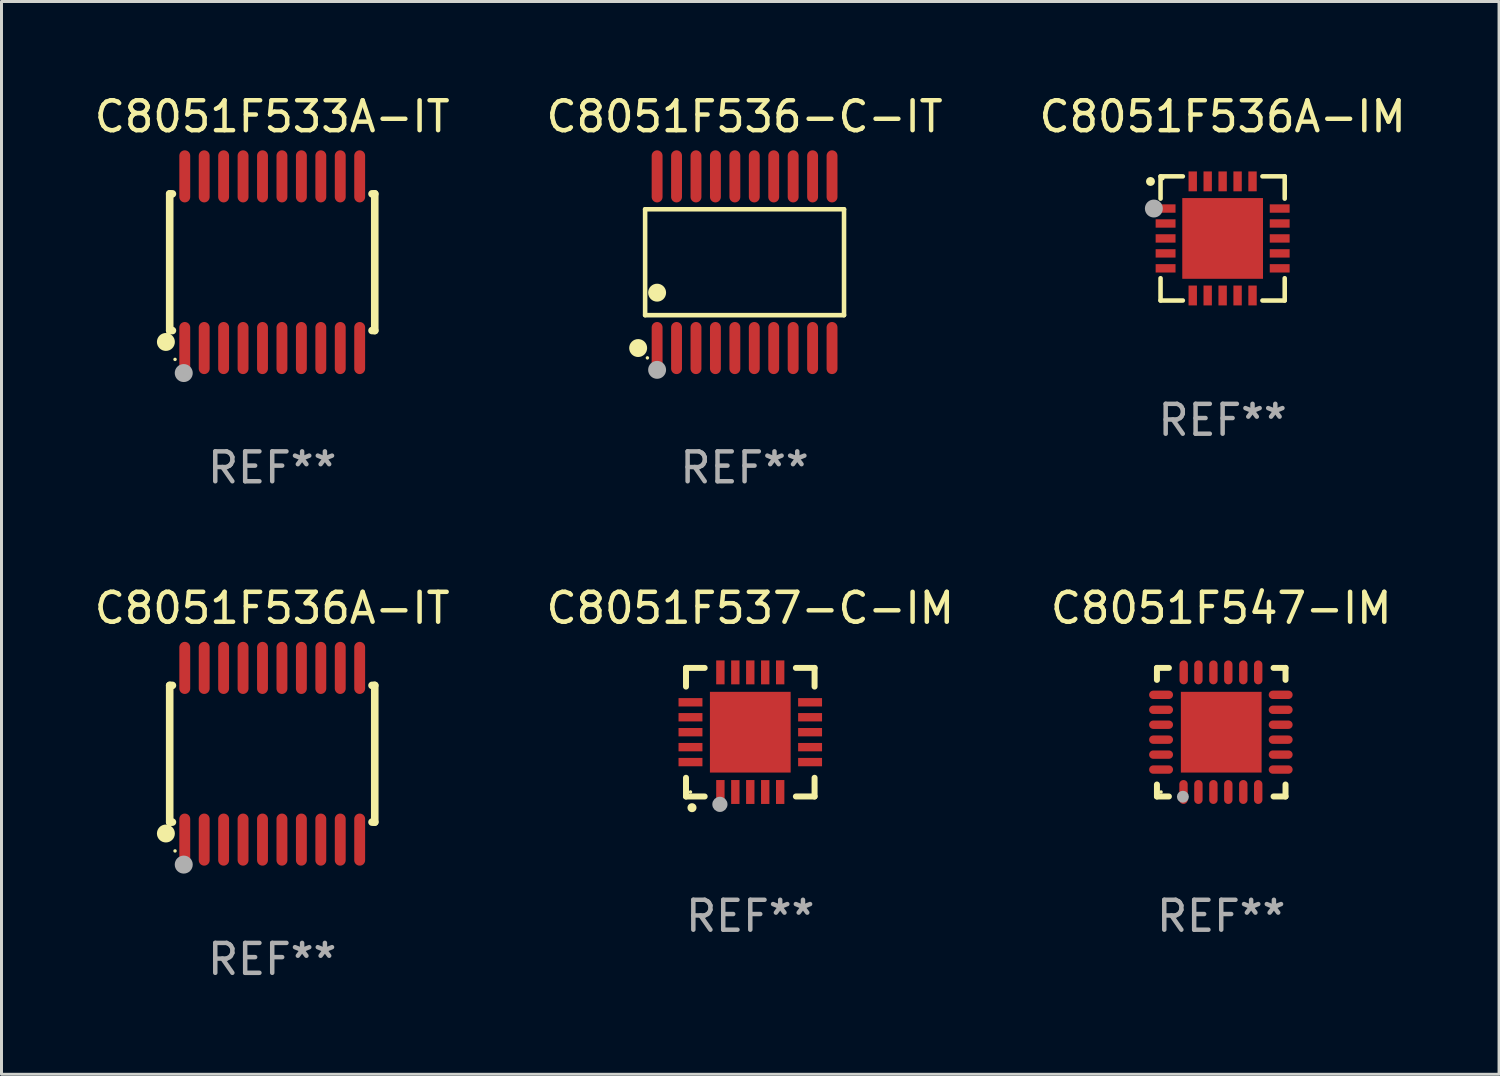
<source format=kicad_pcb>
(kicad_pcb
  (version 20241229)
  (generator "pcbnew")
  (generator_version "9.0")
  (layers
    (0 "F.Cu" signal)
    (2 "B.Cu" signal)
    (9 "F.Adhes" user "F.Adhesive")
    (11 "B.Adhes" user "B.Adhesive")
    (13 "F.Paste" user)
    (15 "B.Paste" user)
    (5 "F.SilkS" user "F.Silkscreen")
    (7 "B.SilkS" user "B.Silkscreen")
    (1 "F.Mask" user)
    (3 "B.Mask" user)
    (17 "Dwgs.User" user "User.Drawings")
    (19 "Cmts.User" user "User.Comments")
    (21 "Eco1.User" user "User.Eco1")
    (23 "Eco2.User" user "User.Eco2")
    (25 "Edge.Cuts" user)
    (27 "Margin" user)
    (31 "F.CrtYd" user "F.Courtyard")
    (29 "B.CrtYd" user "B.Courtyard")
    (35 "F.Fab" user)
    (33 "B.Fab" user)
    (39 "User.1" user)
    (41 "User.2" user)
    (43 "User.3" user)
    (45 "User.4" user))
  (footprint "C8051F536-C-IT"
    (layer "F.Cu")
    (at 21.851 5.719)
    (property "Reference" "C8051F536-C-IT" (at 0 -4.871 0) (layer "F.SilkS") (effects (font (size 1 1) (thickness 0.15))))
    (attr through_hole)
    (fp_line (start -3.326 -1.771) (end 3.326 -1.771) (stroke (width 0.152) (type solid)) (layer "F.SilkS"))
    (fp_line (start -3.326 1.771) (end -3.326 -1.771) (stroke (width 0.152) (type solid)) (layer "F.SilkS"))
    (fp_line (start 3.326 -1.771) (end 3.326 1.771) (stroke (width 0.152) (type solid)) (layer "F.SilkS"))
    (fp_line (start 3.326 1.771) (end -3.326 1.771) (stroke (width 0.152) (type solid)) (layer "F.SilkS"))
    (fp_circle (center -3.559 2.871) (end -3.409 2.871) (stroke (width 0.3) (type solid)) (fill no) (layer "F.SilkS"))
    (fp_circle (center -3.25 3.2) (end -3.22 3.2) (stroke (width 0.06) (type solid)) (fill no) (layer "F.SilkS"))
    (fp_circle (center -2.925 1.019) (end -2.775 1.019) (stroke (width 0.3) (type solid)) (fill no) (layer "F.SilkS"))
    (fp_circle (center -2.925 3.6) (end -2.775 3.6) (stroke (width 0.3) (type solid)) (fill no) (layer "F.Fab"))
    (fp_text user "REF**" (at 0 6.871 0) (layer "F.Fab") (effects (font (size 1 1) (thickness 0.15))))
    (pad "1" smd oval (at -2.925 2.871) (size 0.364 1.742) (layers "F.Cu" "F.Mask" "F.Paste"))
    (pad "2" smd oval (at -2.275 2.871) (size 0.364 1.742) (layers "F.Cu" "F.Mask" "F.Paste"))
    (pad "3" smd oval (at -1.625 2.871) (size 0.364 1.742) (layers "F.Cu" "F.Mask" "F.Paste"))
    (pad "4" smd oval (at -0.975 2.871) (size 0.364 1.742) (layers "F.Cu" "F.Mask" "F.Paste"))
    (pad "5" smd oval (at -0.325 2.871) (size 0.364 1.742) (layers "F.Cu" "F.Mask" "F.Paste"))
    (pad "6" smd oval (at 0.325 2.871) (size 0.364 1.742) (layers "F.Cu" "F.Mask" "F.Paste"))
    (pad "7" smd oval (at 0.975 2.871) (size 0.364 1.742) (layers "F.Cu" "F.Mask" "F.Paste"))
    (pad "8" smd oval (at 1.625 2.871) (size 0.364 1.742) (layers "F.Cu" "F.Mask" "F.Paste"))
    (pad "9" smd oval (at 2.275 2.871) (size 0.364 1.742) (layers "F.Cu" "F.Mask" "F.Paste"))
    (pad "10" smd oval (at 2.925 2.871) (size 0.364 1.742) (layers "F.Cu" "F.Mask" "F.Paste"))
    (pad "11" smd oval (at 2.925 -2.871) (size 0.364 1.742) (layers "F.Cu" "F.Mask" "F.Paste"))
    (pad "12" smd oval (at 2.275 -2.871) (size 0.364 1.742) (layers "F.Cu" "F.Mask" "F.Paste"))
    (pad "13" smd oval (at 1.625 -2.871) (size 0.364 1.742) (layers "F.Cu" "F.Mask" "F.Paste"))
    (pad "14" smd oval (at 0.975 -2.871) (size 0.364 1.742) (layers "F.Cu" "F.Mask" "F.Paste"))
    (pad "15" smd oval (at 0.325 -2.871) (size 0.364 1.742) (layers "F.Cu" "F.Mask" "F.Paste"))
    (pad "16" smd oval (at -0.325 -2.871) (size 0.364 1.742) (layers "F.Cu" "F.Mask" "F.Paste"))
    (pad "17" smd oval (at -0.975 -2.871) (size 0.364 1.742) (layers "F.Cu" "F.Mask" "F.Paste"))
    (pad "18" smd oval (at -1.625 -2.871) (size 0.364 1.742) (layers "F.Cu" "F.Mask" "F.Paste"))
    (pad "19" smd oval (at -2.275 -2.871) (size 0.364 1.742) (layers "F.Cu" "F.Mask" "F.Paste"))
    (pad "20" smd oval (at -2.925 -2.871) (size 0.364 1.742) (layers "F.Cu" "F.Mask" "F.Paste")))
  (footprint "C8051F533A-IT"
    (layer "F.Cu")
    (at 6.054 5.719)
    (property "Reference" "C8051F533A-IT" (at 0 -4.871 0) (layer "F.SilkS") (effects (font (size 1 1) (thickness 0.15))))
    (attr through_hole)
    (fp_line (start -3.429 -2.286) (end -3.429 2.286) (stroke (width 0.254) (type solid)) (layer "F.SilkS"))
    (fp_line (start -3.429 2.286) (end -3.338 2.286) (stroke (width 0.254) (type solid)) (layer "F.SilkS"))
    (fp_line (start -3.338 -2.286) (end -3.429 -2.286) (stroke (width 0.254) (type solid)) (layer "F.SilkS"))
    (fp_line (start 3.338 -2.286) (end 3.429 -2.286) (stroke (width 0.254) (type solid)) (layer "F.SilkS"))
    (fp_line (start 3.429 -2.286) (end 3.429 2.286) (stroke (width 0.254) (type solid)) (layer "F.SilkS"))
    (fp_line (start 3.429 2.286) (end 3.338 2.286) (stroke (width 0.254) (type solid)) (layer "F.SilkS"))
    (fp_circle (center -3.556 2.667) (end -3.406 2.667) (stroke (width 0.3) (type solid)) (fill no) (layer "F.SilkS"))
    (fp_circle (center -3.25 3.25) (end -3.22 3.25) (stroke (width 0.06) (type solid)) (fill no) (layer "F.SilkS"))
    (fp_circle (center -2.959 3.707) (end -2.808 3.707) (stroke (width 0.3) (type solid)) (fill no) (layer "F.Fab"))
    (fp_text user "REF**" (at 0 6.871 0) (layer "F.Fab") (effects (font (size 1 1) (thickness 0.15))))
    (pad "1" smd oval (at -2.925 2.871) (size 0.364 1.742) (layers "F.Cu" "F.Mask" "F.Paste"))
    (pad "2" smd oval (at -2.275 2.871) (size 0.364 1.742) (layers "F.Cu" "F.Mask" "F.Paste"))
    (pad "3" smd oval (at -1.625 2.871) (size 0.364 1.742) (layers "F.Cu" "F.Mask" "F.Paste"))
    (pad "4" smd oval (at -0.975 2.871) (size 0.364 1.742) (layers "F.Cu" "F.Mask" "F.Paste"))
    (pad "5" smd oval (at -0.325 2.871) (size 0.364 1.742) (layers "F.Cu" "F.Mask" "F.Paste"))
    (pad "6" smd oval (at 0.325 2.871) (size 0.364 1.742) (layers "F.Cu" "F.Mask" "F.Paste"))
    (pad "7" smd oval (at 0.975 2.871) (size 0.364 1.742) (layers "F.Cu" "F.Mask" "F.Paste"))
    (pad "8" smd oval (at 1.625 2.871) (size 0.364 1.742) (layers "F.Cu" "F.Mask" "F.Paste"))
    (pad "9" smd oval (at 2.275 2.871) (size 0.364 1.742) (layers "F.Cu" "F.Mask" "F.Paste"))
    (pad "10" smd oval (at 2.925 2.871) (size 0.364 1.742) (layers "F.Cu" "F.Mask" "F.Paste"))
    (pad "11" smd oval (at 2.925 -2.871) (size 0.364 1.742) (layers "F.Cu" "F.Mask" "F.Paste"))
    (pad "12" smd oval (at 2.275 -2.871) (size 0.364 1.742) (layers "F.Cu" "F.Mask" "F.Paste"))
    (pad "13" smd oval (at 1.625 -2.871) (size 0.364 1.742) (layers "F.Cu" "F.Mask" "F.Paste"))
    (pad "14" smd oval (at 0.975 -2.871) (size 0.364 1.742) (layers "F.Cu" "F.Mask" "F.Paste"))
    (pad "15" smd oval (at 0.325 -2.871) (size 0.364 1.742) (layers "F.Cu" "F.Mask" "F.Paste"))
    (pad "16" smd oval (at -0.325 -2.871) (size 0.364 1.742) (layers "F.Cu" "F.Mask" "F.Paste"))
    (pad "17" smd oval (at -0.975 -2.871) (size 0.364 1.742) (layers "F.Cu" "F.Mask" "F.Paste"))
    (pad "18" smd oval (at -1.625 -2.871) (size 0.364 1.742) (layers "F.Cu" "F.Mask" "F.Paste"))
    (pad "19" smd oval (at -2.275 -2.871) (size 0.364 1.742) (layers "F.Cu" "F.Mask" "F.Paste"))
    (pad "20" smd oval (at -2.925 -2.871) (size 0.364 1.742) (layers "F.Cu" "F.Mask" "F.Paste")))
  (footprint "C8051F537-C-IM"
    (layer "F.Cu")
    (at 22.042 21.437)
    (property "Reference" "C8051F537-C-IM" (at 0 -4.15 0) (layer "F.SilkS") (effects (font (size 1 1) (thickness 0.15))))
    (attr through_hole)
    (fp_line (start -2.15 -2.15) (end -2.15 -1.525) (stroke (width 0.2) (type solid)) (layer "F.SilkS"))
    (fp_line (start -2.15 2.15) (end -2.15 1.525) (stroke (width 0.2) (type solid)) (layer "F.SilkS"))
    (fp_line (start -1.525 -2.15) (end -2.15 -2.15) (stroke (width 0.2) (type solid)) (layer "F.SilkS"))
    (fp_line (start -1.525 2.15) (end -2.15 2.15) (stroke (width 0.2) (type solid)) (layer "F.SilkS"))
    (fp_line (start 1.525 2.15) (end 2.15 2.15) (stroke (width 0.2) (type solid)) (layer "F.SilkS"))
    (fp_line (start 2.15 -2.15) (end 1.525 -2.15) (stroke (width 0.2) (type solid)) (layer "F.SilkS"))
    (fp_line (start 2.15 -1.525) (end 2.15 -2.15) (stroke (width 0.2) (type solid)) (layer "F.SilkS"))
    (fp_line (start 2.15 2.15) (end 2.15 1.525) (stroke (width 0.2) (type solid)) (layer "F.SilkS"))
    (fp_arc (start -1.950724 2.524765) (mid -1.949454 2.52476) (end -1.948184 2.524765) (stroke (width 0.3) (type solid)) (layer "F.SilkS"))
    (fp_circle (center -2 2) (end -1.97 2) (stroke (width 0.06) (type solid)) (fill no) (layer "F.SilkS"))
    (fp_circle (center -1.016 2.413) (end -0.889 2.413) (stroke (width 0.254) (type solid)) (fill no) (layer "F.Fab"))
    (fp_text user "REF**" (at 0 6.15 0) (layer "F.Fab") (effects (font (size 1 1) (thickness 0.15))))
    (pad "1" smd rect (at -1 2) (size 0.28 0.8) (layers "F.Cu" "F.Mask" "F.Paste"))
    (pad "2" smd rect (at -0.5 2) (size 0.28 0.8) (layers "F.Cu" "F.Mask" "F.Paste"))
    (pad "3" smd rect (at 0 2) (size 0.28 0.8) (layers "F.Cu" "F.Mask" "F.Paste"))
    (pad "4" smd rect (at 0.5 2) (size 0.28 0.8) (layers "F.Cu" "F.Mask" "F.Paste"))
    (pad "5" smd rect (at 1 2) (size 0.28 0.8) (layers "F.Cu" "F.Mask" "F.Paste"))
    (pad "6" smd rect (at 2 1) (size 0.8 0.28) (layers "F.Cu" "F.Mask" "F.Paste"))
    (pad "7" smd rect (at 2 0.5) (size 0.8 0.28) (layers "F.Cu" "F.Mask" "F.Paste"))
    (pad "8" smd rect (at 2 0) (size 0.8 0.28) (layers "F.Cu" "F.Mask" "F.Paste"))
    (pad "9" smd rect (at 2 -0.5) (size 0.8 0.28) (layers "F.Cu" "F.Mask" "F.Paste"))
    (pad "10" smd rect (at 2 -1) (size 0.8 0.28) (layers "F.Cu" "F.Mask" "F.Paste"))
    (pad "11" smd rect (at 1 -2) (size 0.28 0.8) (layers "F.Cu" "F.Mask" "F.Paste"))
    (pad "12" smd rect (at 0.5 -2) (size 0.28 0.8) (layers "F.Cu" "F.Mask" "F.Paste"))
    (pad "13" smd rect (at 0 -2) (size 0.28 0.8) (layers "F.Cu" "F.Mask" "F.Paste"))
    (pad "14" smd rect (at -0.5 -2) (size 0.28 0.8) (layers "F.Cu" "F.Mask" "F.Paste"))
    (pad "15" smd rect (at -1 -2) (size 0.28 0.8) (layers "F.Cu" "F.Mask" "F.Paste"))
    (pad "16" smd rect (at -2 -1) (size 0.8 0.28) (layers "F.Cu" "F.Mask" "F.Paste"))
    (pad "17" smd rect (at -2 -0.5) (size 0.8 0.28) (layers "F.Cu" "F.Mask" "F.Paste"))
    (pad "18" smd rect (at -2 0) (size 0.8 0.28) (layers "F.Cu" "F.Mask" "F.Paste"))
    (pad "19" smd rect (at -2 0.5) (size 0.8 0.28) (layers "F.Cu" "F.Mask" "F.Paste"))
    (pad "20" smd rect (at -2 1) (size 0.8 0.28) (layers "F.Cu" "F.Mask" "F.Paste"))
    (pad "21" smd rect (at 0 0) (size 2.7 2.7) (layers "F.Cu" "F.Mask" "F.Paste")))
  (footprint "C8051F536A-IM"
    (layer "F.Cu")
    (at 37.839 4.924)
    (property "Reference" "C8051F536A-IM" (at 0 -4.076 0) (layer "F.SilkS") (effects (font (size 1 1) (thickness 0.15))))
    (attr through_hole)
    (fp_line (start -2.076 -2.076) (end -2.076 -1.331) (stroke (width 0.152) (type solid)) (layer "F.SilkS"))
    (fp_line (start -2.076 2.076) (end -2.076 1.331) (stroke (width 0.152) (type solid)) (layer "F.SilkS"))
    (fp_line (start -1.331 -2.076) (end -2.076 -2.076) (stroke (width 0.152) (type solid)) (layer "F.SilkS"))
    (fp_line (start -1.331 2.076) (end -2.076 2.076) (stroke (width 0.152) (type solid)) (layer "F.SilkS"))
    (fp_line (start 1.331 -2.076) (end 2.076 -2.076) (stroke (width 0.152) (type solid)) (layer "F.SilkS"))
    (fp_line (start 1.331 2.076) (end 2.076 2.076) (stroke (width 0.152) (type solid)) (layer "F.SilkS"))
    (fp_line (start 2.076 -2.076) (end 2.076 -1.331) (stroke (width 0.152) (type solid)) (layer "F.SilkS"))
    (fp_line (start 2.076 2.076) (end 2.076 1.331) (stroke (width 0.152) (type solid)) (layer "F.SilkS"))
    (fp_circle (center -2.413 -1.905) (end -2.338 -1.905) (stroke (width 0.15) (type solid)) (fill no) (layer "F.SilkS"))
    (fp_circle (center -2 -2) (end -1.97 -2) (stroke (width 0.06) (type solid)) (fill no) (layer "F.SilkS"))
    (fp_circle (center -2.3 -1) (end -2.15 -1) (stroke (width 0.3) (type solid)) (fill no) (layer "F.Fab"))
    (fp_text user "REF**" (at 0 6.076 0) (layer "F.Fab") (effects (font (size 1 1) (thickness 0.15))))
    (pad "1" smd rect (at -1.908 -1) (size 0.665 0.28) (layers "F.Cu" "F.Mask" "F.Paste"))
    (pad "2" smd rect (at -1.908 -0.5) (size 0.665 0.28) (layers "F.Cu" "F.Mask" "F.Paste"))
    (pad "3" smd rect (at -1.908 0) (size 0.665 0.28) (layers "F.Cu" "F.Mask" "F.Paste"))
    (pad "4" smd rect (at -1.908 0.5) (size 0.665 0.28) (layers "F.Cu" "F.Mask" "F.Paste"))
    (pad "5" smd rect (at -1.908 1) (size 0.665 0.28) (layers "F.Cu" "F.Mask" "F.Paste"))
    (pad "6" smd rect (at -1 1.908) (size 0.28 0.665) (layers "F.Cu" "F.Mask" "F.Paste"))
    (pad "7" smd rect (at -0.5 1.908) (size 0.28 0.665) (layers "F.Cu" "F.Mask" "F.Paste"))
    (pad "8" smd rect (at 0 1.908) (size 0.28 0.665) (layers "F.Cu" "F.Mask" "F.Paste"))
    (pad "9" smd rect (at 0.5 1.908) (size 0.28 0.665) (layers "F.Cu" "F.Mask" "F.Paste"))
    (pad "10" smd rect (at 1 1.908) (size 0.28 0.665) (layers "F.Cu" "F.Mask" "F.Paste"))
    (pad "11" smd rect (at 1.908 1) (size 0.665 0.28) (layers "F.Cu" "F.Mask" "F.Paste"))
    (pad "12" smd rect (at 1.908 0.5) (size 0.665 0.28) (layers "F.Cu" "F.Mask" "F.Paste"))
    (pad "13" smd rect (at 1.908 0) (size 0.665 0.28) (layers "F.Cu" "F.Mask" "F.Paste"))
    (pad "14" smd rect (at 1.908 -0.5) (size 0.665 0.28) (layers "F.Cu" "F.Mask" "F.Paste"))
    (pad "15" smd rect (at 1.908 -1) (size 0.665 0.28) (layers "F.Cu" "F.Mask" "F.Paste"))
    (pad "16" smd rect (at 1 -1.908) (size 0.28 0.665) (layers "F.Cu" "F.Mask" "F.Paste"))
    (pad "17" smd rect (at 0.5 -1.908) (size 0.28 0.665) (layers "F.Cu" "F.Mask" "F.Paste"))
    (pad "18" smd rect (at 0 -1.908) (size 0.28 0.665) (layers "F.Cu" "F.Mask" "F.Paste"))
    (pad "19" smd rect (at -0.5 -1.908) (size 0.28 0.665) (layers "F.Cu" "F.Mask" "F.Paste"))
    (pad "20" smd rect (at -1 -1.908) (size 0.28 0.665) (layers "F.Cu" "F.Mask" "F.Paste"))
    (pad "21" smd rect (at 0 0) (size 2.7 2.7) (layers "F.Cu" "F.Mask" "F.Paste")))
  (footprint "C8051F536A-IT"
    (layer "F.Cu")
    (at 6.054 22.158)
    (property "Reference" "C8051F536A-IT" (at 0 -4.871 0) (layer "F.SilkS") (effects (font (size 1 1) (thickness 0.15))))
    (attr through_hole)
    (fp_line (start -3.429 -2.286) (end -3.429 2.286) (stroke (width 0.254) (type solid)) (layer "F.SilkS"))
    (fp_line (start -3.429 2.286) (end -3.338 2.286) (stroke (width 0.254) (type solid)) (layer "F.SilkS"))
    (fp_line (start -3.338 -2.286) (end -3.429 -2.286) (stroke (width 0.254) (type solid)) (layer "F.SilkS"))
    (fp_line (start 3.338 -2.286) (end 3.429 -2.286) (stroke (width 0.254) (type solid)) (layer "F.SilkS"))
    (fp_line (start 3.429 -2.286) (end 3.429 2.286) (stroke (width 0.254) (type solid)) (layer "F.SilkS"))
    (fp_line (start 3.429 2.286) (end 3.338 2.286) (stroke (width 0.254) (type solid)) (layer "F.SilkS"))
    (fp_circle (center -3.556 2.667) (end -3.406 2.667) (stroke (width 0.3) (type solid)) (fill no) (layer "F.SilkS"))
    (fp_circle (center -3.25 3.25) (end -3.22 3.25) (stroke (width 0.06) (type solid)) (fill no) (layer "F.SilkS"))
    (fp_circle (center -2.959 3.707) (end -2.808 3.707) (stroke (width 0.3) (type solid)) (fill no) (layer "F.Fab"))
    (fp_text user "REF**" (at 0 6.871 0) (layer "F.Fab") (effects (font (size 1 1) (thickness 0.15))))
    (pad "1" smd oval (at -2.925 2.871) (size 0.364 1.742) (layers "F.Cu" "F.Mask" "F.Paste"))
    (pad "2" smd oval (at -2.275 2.871) (size 0.364 1.742) (layers "F.Cu" "F.Mask" "F.Paste"))
    (pad "3" smd oval (at -1.625 2.871) (size 0.364 1.742) (layers "F.Cu" "F.Mask" "F.Paste"))
    (pad "4" smd oval (at -0.975 2.871) (size 0.364 1.742) (layers "F.Cu" "F.Mask" "F.Paste"))
    (pad "5" smd oval (at -0.325 2.871) (size 0.364 1.742) (layers "F.Cu" "F.Mask" "F.Paste"))
    (pad "6" smd oval (at 0.325 2.871) (size 0.364 1.742) (layers "F.Cu" "F.Mask" "F.Paste"))
    (pad "7" smd oval (at 0.975 2.871) (size 0.364 1.742) (layers "F.Cu" "F.Mask" "F.Paste"))
    (pad "8" smd oval (at 1.625 2.871) (size 0.364 1.742) (layers "F.Cu" "F.Mask" "F.Paste"))
    (pad "9" smd oval (at 2.275 2.871) (size 0.364 1.742) (layers "F.Cu" "F.Mask" "F.Paste"))
    (pad "10" smd oval (at 2.925 2.871) (size 0.364 1.742) (layers "F.Cu" "F.Mask" "F.Paste"))
    (pad "11" smd oval (at 2.925 -2.871) (size 0.364 1.742) (layers "F.Cu" "F.Mask" "F.Paste"))
    (pad "12" smd oval (at 2.275 -2.871) (size 0.364 1.742) (layers "F.Cu" "F.Mask" "F.Paste"))
    (pad "13" smd oval (at 1.625 -2.871) (size 0.364 1.742) (layers "F.Cu" "F.Mask" "F.Paste"))
    (pad "14" smd oval (at 0.975 -2.871) (size 0.364 1.742) (layers "F.Cu" "F.Mask" "F.Paste"))
    (pad "15" smd oval (at 0.325 -2.871) (size 0.364 1.742) (layers "F.Cu" "F.Mask" "F.Paste"))
    (pad "16" smd oval (at -0.325 -2.871) (size 0.364 1.742) (layers "F.Cu" "F.Mask" "F.Paste"))
    (pad "17" smd oval (at -0.975 -2.871) (size 0.364 1.742) (layers "F.Cu" "F.Mask" "F.Paste"))
    (pad "18" smd oval (at -1.625 -2.871) (size 0.364 1.742) (layers "F.Cu" "F.Mask" "F.Paste"))
    (pad "19" smd oval (at -2.275 -2.871) (size 0.364 1.742) (layers "F.Cu" "F.Mask" "F.Paste"))
    (pad "20" smd oval (at -2.925 -2.871) (size 0.364 1.742) (layers "F.Cu" "F.Mask" "F.Paste")))
  (footprint "C8051F547-IM"
    (layer "F.Cu")
    (at 37.792 21.437)
    (property "Reference" "C8051F547-IM" (at 0 -4.15 0) (layer "F.SilkS") (effects (font (size 1 1) (thickness 0.15))))
    (attr through_hole)
    (fp_line (start -2.15 -2.15) (end -1.75 -2.15) (stroke (width 0.2) (type solid)) (layer "F.SilkS"))
    (fp_line (start -2.15 -1.75) (end -2.15 -2.15) (stroke (width 0.2) (type solid)) (layer "F.SilkS"))
    (fp_line (start -2.15 2.15) (end -2.15 1.75) (stroke (width 0.2) (type solid)) (layer "F.SilkS"))
    (fp_line (start -1.75 2.15) (end -2.15 2.15) (stroke (width 0.2) (type solid)) (layer "F.SilkS"))
    (fp_line (start 2.15 -2.15) (end 1.75 -2.15) (stroke (width 0.2) (type solid)) (layer "F.SilkS"))
    (fp_line (start 2.15 -1.75) (end 2.15 -2.15) (stroke (width 0.2) (type solid)) (layer "F.SilkS"))
    (fp_line (start 2.15 1.75) (end 2.15 2.15) (stroke (width 0.2) (type solid)) (layer "F.SilkS"))
    (fp_line (start 2.15 2.15) (end 1.75 2.15) (stroke (width 0.2) (type solid)) (layer "F.SilkS"))
    (fp_circle (center -2.013 2) (end -1.983 2) (stroke (width 0.06) (type solid)) (fill no) (layer "F.SilkS"))
    (fp_circle (center -1.282 2.159) (end -1.182 2.159) (stroke (width 0.2) (type solid)) (fill no) (layer "F.Fab"))
    (fp_text user "REF**" (at 0 6.15 0) (layer "F.Fab") (effects (font (size 1 1) (thickness 0.15))))
    (pad "1" smd oval (at -1.262 2) (size 0.28 0.8) (layers "F.Cu" "F.Mask" "F.Paste"))
    (pad "2" smd oval (at -0.763 2) (size 0.28 0.8) (layers "F.Cu" "F.Mask" "F.Paste"))
    (pad "3" smd oval (at -0.262 2) (size 0.28 0.8) (layers "F.Cu" "F.Mask" "F.Paste"))
    (pad "4" smd oval (at 0.237 2) (size 0.28 0.8) (layers "F.Cu" "F.Mask" "F.Paste"))
    (pad "5" smd oval (at 0.738 2) (size 0.28 0.8) (layers "F.Cu" "F.Mask" "F.Paste"))
    (pad "6" smd oval (at 1.237 2) (size 0.28 0.8) (layers "F.Cu" "F.Mask" "F.Paste"))
    (pad "7" smd oval (at 1.988 1.25) (size 0.8 0.28) (layers "F.Cu" "F.Mask" "F.Paste"))
    (pad "8" smd oval (at 1.988 0.75) (size 0.8 0.28) (layers "F.Cu" "F.Mask" "F.Paste"))
    (pad "9" smd oval (at 1.988 0.25) (size 0.8 0.28) (layers "F.Cu" "F.Mask" "F.Paste"))
    (pad "10" smd oval (at 1.988 -0.25) (size 0.8 0.28) (layers "F.Cu" "F.Mask" "F.Paste"))
    (pad "11" smd oval (at 1.988 -0.75) (size 0.8 0.28) (layers "F.Cu" "F.Mask" "F.Paste"))
    (pad "12" smd oval (at 1.988 -1.25) (size 0.8 0.28) (layers "F.Cu" "F.Mask" "F.Paste"))
    (pad "13" smd oval (at 1.237 -2) (size 0.28 0.8) (layers "F.Cu" "F.Mask" "F.Paste"))
    (pad "14" smd oval (at 0.738 -2) (size 0.28 0.8) (layers "F.Cu" "F.Mask" "F.Paste"))
    (pad "15" smd oval (at 0.237 -2) (size 0.28 0.8) (layers "F.Cu" "F.Mask" "F.Paste"))
    (pad "16" smd oval (at -0.262 -2) (size 0.28 0.8) (layers "F.Cu" "F.Mask" "F.Paste"))
    (pad "17" smd oval (at -0.763 -2) (size 0.28 0.8) (layers "F.Cu" "F.Mask" "F.Paste"))
    (pad "18" smd oval (at -1.255 -2) (size 0.28 0.8) (layers "F.Cu" "F.Mask" "F.Paste"))
    (pad "19" smd oval (at -2.012 -1.25) (size 0.8 0.28) (layers "F.Cu" "F.Mask" "F.Paste"))
    (pad "20" smd oval (at -2.012 -0.75) (size 0.8 0.28) (layers "F.Cu" "F.Mask" "F.Paste"))
    (pad "21" smd oval (at -2.012 -0.25) (size 0.8 0.28) (layers "F.Cu" "F.Mask" "F.Paste"))
    (pad "22" smd oval (at -2.012 0.25) (size 0.8 0.28) (layers "F.Cu" "F.Mask" "F.Paste"))
    (pad "23" smd oval (at -2.012 0.75) (size 0.8 0.28) (layers "F.Cu" "F.Mask" "F.Paste"))
    (pad "24" smd oval (at -2.012 1.25) (size 0.8 0.28) (layers "F.Cu" "F.Mask" "F.Paste"))
    (pad "25" smd rect (at -0.000013 -0.000025) (size 2.7 2.7) (layers "F.Cu" "F.Mask" "F.Paste")))
  (gr_rect
    (start -3 -3)
    (end 47.083 32.877)
    (stroke (width 0.1) (type default))
    (fill no)
    (layer "Edge.Cuts")))
</source>
